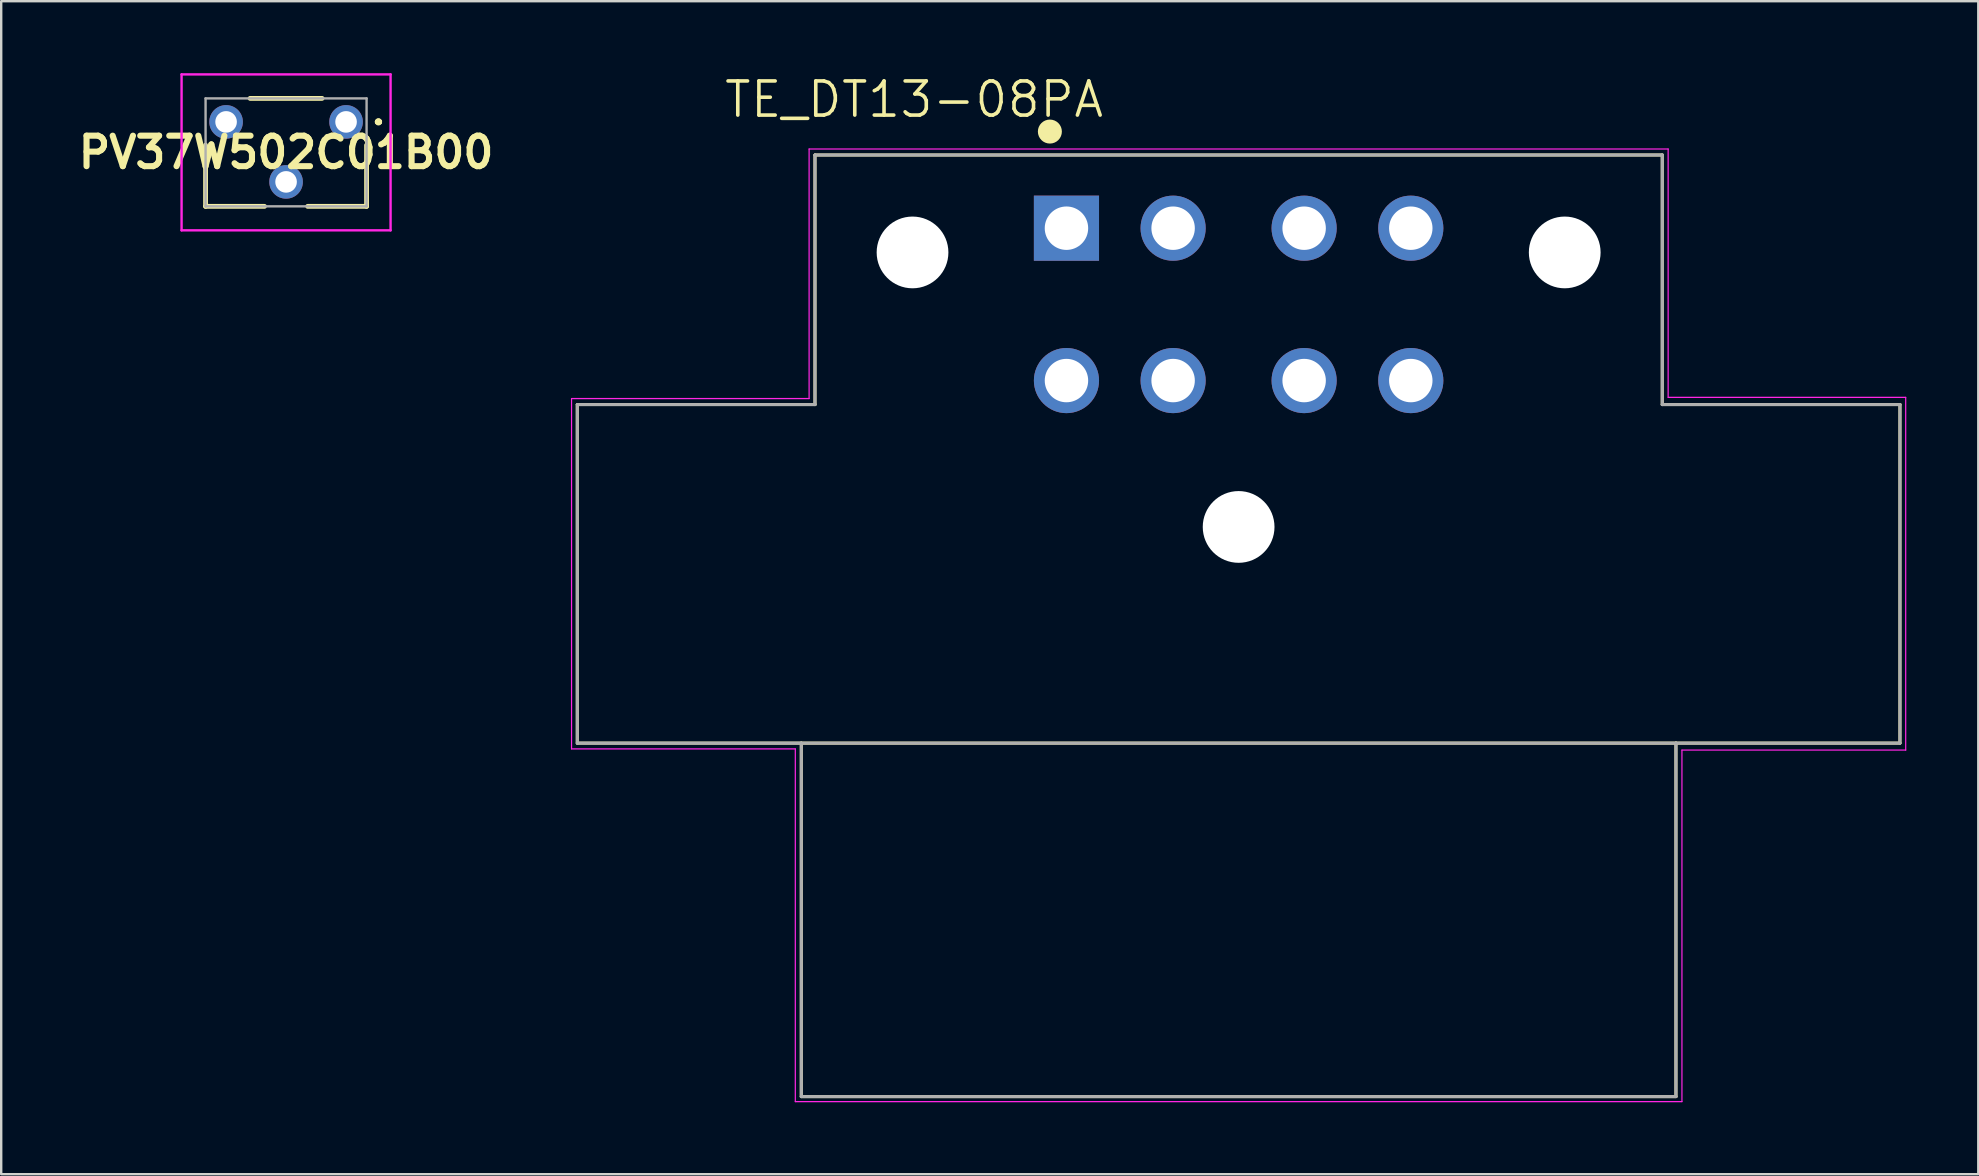
<source format=kicad_pcb>
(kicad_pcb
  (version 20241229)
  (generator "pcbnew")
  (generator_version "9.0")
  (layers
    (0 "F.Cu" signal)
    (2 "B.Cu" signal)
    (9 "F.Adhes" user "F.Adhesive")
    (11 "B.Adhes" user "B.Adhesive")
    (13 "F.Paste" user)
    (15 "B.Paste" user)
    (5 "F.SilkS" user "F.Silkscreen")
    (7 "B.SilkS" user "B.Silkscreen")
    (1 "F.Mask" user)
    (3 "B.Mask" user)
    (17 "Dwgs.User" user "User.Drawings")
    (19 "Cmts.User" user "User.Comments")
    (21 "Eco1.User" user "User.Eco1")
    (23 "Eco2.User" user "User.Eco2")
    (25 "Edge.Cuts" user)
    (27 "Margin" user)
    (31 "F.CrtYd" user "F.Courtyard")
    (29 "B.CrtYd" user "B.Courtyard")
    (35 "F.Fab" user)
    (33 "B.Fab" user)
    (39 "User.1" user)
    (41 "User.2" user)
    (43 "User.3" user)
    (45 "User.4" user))
  (footprint "PV37W502C01B00"
    (layer "F.Cu")
    (at 11.372 2.03)
    (property "Reference" "PV37W502C01B00" (at -2.5 1.27 0) (layer "F.SilkS") (effects (font (size 1.27 1.27) (thickness 0.254))))
    (attr through_hole)
    (fp_line (start -5.855 0.97) (end -5.855 3.52) (stroke (width 0.2) (type solid)) (layer "F.SilkS"))
    (fp_line (start -5.855 3.52) (end -3.4 3.52) (stroke (width 0.2) (type solid)) (layer "F.SilkS"))
    (fp_line (start -1.6 3.52) (end 0.855 3.52) (stroke (width 0.2) (type solid)) (layer "F.SilkS"))
    (fp_line (start -1 -0.98) (end -4 -0.98) (stroke (width 0.2) (type solid)) (layer "F.SilkS"))
    (fp_line (start 0.855 3.52) (end 0.855 0.97) (stroke (width 0.2) (type solid)) (layer "F.SilkS"))
    (fp_line (start 1.3 0) (end 1.3 0) (stroke (width 0.2) (type solid)) (layer "F.SilkS"))
    (fp_line (start 1.4 0) (end 1.4 0) (stroke (width 0.2) (type solid)) (layer "F.SilkS"))
    (fp_line (start 1.4 0) (end 1.4 0) (stroke (width 0.2) (type solid)) (layer "F.SilkS"))
    (fp_arc (start 1.3 0) (mid 1.35 -0.05) (end 1.4 0) (stroke (width 0.2) (type solid)) (layer "F.SilkS"))
    (fp_arc (start 1.3 0) (mid 1.35 -0.05) (end 1.4 0) (stroke (width 0.2) (type solid)) (layer "F.SilkS"))
    (fp_arc (start 1.4 0) (mid 1.35 0.05) (end 1.3 0) (stroke (width 0.2) (type solid)) (layer "F.SilkS"))
    (fp_line (start -6.855 -1.98) (end 1.855 -1.98) (stroke (width 0.1) (type solid)) (layer "F.CrtYd"))
    (fp_line (start -6.855 4.52) (end -6.855 -1.98) (stroke (width 0.1) (type solid)) (layer "F.CrtYd"))
    (fp_line (start 1.855 -1.98) (end 1.855 4.52) (stroke (width 0.1) (type solid)) (layer "F.CrtYd"))
    (fp_line (start 1.855 4.52) (end -6.855 4.52) (stroke (width 0.1) (type solid)) (layer "F.CrtYd"))
    (fp_line (start -5.855 -0.98) (end -5.855 3.52) (stroke (width 0.1) (type solid)) (layer "F.Fab"))
    (fp_line (start -5.855 3.52) (end 0.855 3.52) (stroke (width 0.1) (type solid)) (layer "F.Fab"))
    (fp_line (start 0.855 -0.98) (end -5.855 -0.98) (stroke (width 0.1) (type solid)) (layer "F.Fab"))
    (fp_line (start 0.855 3.52) (end 0.855 -0.98) (stroke (width 0.1) (type solid)) (layer "F.Fab"))
    (pad "1" thru_hole circle (at 0 0) (size 1.4 1.4) (drill 0.9) (layers "*.Cu" "*.Mask"))
    (pad "2" thru_hole circle (at -2.5 2.5) (size 1.4 1.4) (drill 0.9) (layers "*.Cu" "*.Mask"))
    (pad "3" thru_hole circle (at -5 0) (size 1.4 1.4) (drill 0.9) (layers "*.Cu" "*.Mask")))
  (footprint "TE_DT13-08PA"
    (layer "F.Cu")
    (at 48.569 12.81)
    (property "Reference" "TE_DT13-08PA" (at -13.525 -11.715 0) (layer "F.SilkS") (effects (font (size 1.422 1.422) (thickness 0.15))))
    (attr through_hole)
    (fp_line (start -27.56 1) (end -17.655 1) (stroke (width 0.127) (type solid)) (layer "F.SilkS"))
    (fp_line (start -27.56 15.11) (end -27.56 1) (stroke (width 0.127) (type solid)) (layer "F.SilkS"))
    (fp_line (start -18.225 15.11) (end -27.56 15.11) (stroke (width 0.127) (type solid)) (layer "F.SilkS"))
    (fp_line (start -18.225 15.11) (end -18.225 29.84) (stroke (width 0.127) (type solid)) (layer "F.SilkS"))
    (fp_line (start -18.225 29.84) (end 18.225 29.84) (stroke (width 0.127) (type solid)) (layer "F.SilkS"))
    (fp_line (start -17.655 -9.4) (end 17.655 -9.4) (stroke (width 0.127) (type solid)) (layer "F.SilkS"))
    (fp_line (start -17.655 1) (end -17.655 -9.4) (stroke (width 0.127) (type solid)) (layer "F.SilkS"))
    (fp_line (start 17.655 -9.4) (end 17.655 1) (stroke (width 0.127) (type solid)) (layer "F.SilkS"))
    (fp_line (start 17.655 1) (end 27.56 1) (stroke (width 0.127) (type solid)) (layer "F.SilkS"))
    (fp_line (start 18.225 15.11) (end -18.225 15.11) (stroke (width 0.127) (type solid)) (layer "F.SilkS"))
    (fp_line (start 18.225 29.84) (end 18.225 15.11) (stroke (width 0.127) (type solid)) (layer "F.SilkS"))
    (fp_line (start 27.56 1) (end 27.56 15.11) (stroke (width 0.127) (type solid)) (layer "F.SilkS"))
    (fp_line (start 27.56 15.11) (end 18.225 15.11) (stroke (width 0.127) (type solid)) (layer "F.SilkS"))
    (fp_circle (center -7.866 -10.377) (end -7.616 -10.377) (stroke (width 0.5) (type solid)) (fill no) (layer "F.SilkS"))
    (fp_line (start -27.8 0.75) (end -27.8 15.35) (stroke (width 0.05) (type solid)) (layer "F.CrtYd"))
    (fp_line (start -27.8 15.35) (end -18.475 15.35) (stroke (width 0.05) (type solid)) (layer "F.CrtYd"))
    (fp_line (start -18.475 15.35) (end -18.475 30.05) (stroke (width 0.05) (type solid)) (layer "F.CrtYd"))
    (fp_line (start -18.475 30.05) (end 18.475 30.05) (stroke (width 0.05) (type solid)) (layer "F.CrtYd"))
    (fp_line (start -17.9 -9.65) (end -17.9 0.75) (stroke (width 0.05) (type solid)) (layer "F.CrtYd"))
    (fp_line (start -17.9 0.75) (end -27.8 0.75) (stroke (width 0.05) (type solid)) (layer "F.CrtYd"))
    (fp_line (start 17.9 -9.65) (end -17.9 -9.65) (stroke (width 0.05) (type solid)) (layer "F.CrtYd"))
    (fp_line (start 17.9 0.7) (end 17.9 -9.65) (stroke (width 0.05) (type solid)) (layer "F.CrtYd"))
    (fp_line (start 18.475 15.4) (end 27.8 15.4) (stroke (width 0.05) (type solid)) (layer "F.CrtYd"))
    (fp_line (start 18.475 30.05) (end 18.475 15.4) (stroke (width 0.05) (type solid)) (layer "F.CrtYd"))
    (fp_line (start 27.8 0.7) (end 17.9 0.7) (stroke (width 0.05) (type solid)) (layer "F.CrtYd"))
    (fp_line (start 27.8 15.4) (end 27.8 0.7) (stroke (width 0.05) (type solid)) (layer "F.CrtYd"))
    (fp_line (start -27.56 1) (end -17.655 1) (stroke (width 0.127) (type solid)) (layer "F.Fab"))
    (fp_line (start -27.56 15.11) (end -27.56 1) (stroke (width 0.127) (type solid)) (layer "F.Fab"))
    (fp_line (start -18.225 15.11) (end -27.56 15.11) (stroke (width 0.127) (type solid)) (layer "F.Fab"))
    (fp_line (start -18.225 15.11) (end -18.225 29.84) (stroke (width 0.127) (type solid)) (layer "F.Fab"))
    (fp_line (start -18.225 29.84) (end 18.225 29.84) (stroke (width 0.127) (type solid)) (layer "F.Fab"))
    (fp_line (start -17.655 -9.4) (end 17.655 -9.4) (stroke (width 0.127) (type solid)) (layer "F.Fab"))
    (fp_line (start -17.655 1) (end -17.655 -9.4) (stroke (width 0.127) (type solid)) (layer "F.Fab"))
    (fp_line (start 17.655 -9.4) (end 17.655 1) (stroke (width 0.127) (type solid)) (layer "F.Fab"))
    (fp_line (start 17.655 1) (end 27.56 1) (stroke (width 0.127) (type solid)) (layer "F.Fab"))
    (fp_line (start 18.225 15.11) (end -18.225 15.11) (stroke (width 0.127) (type solid)) (layer "F.Fab"))
    (fp_line (start 18.225 29.84) (end 18.225 15.11) (stroke (width 0.127) (type solid)) (layer "F.Fab"))
    (fp_line (start 27.56 1) (end 27.56 15.11) (stroke (width 0.127) (type solid)) (layer "F.Fab"))
    (fp_line (start 27.56 15.11) (end 18.225 15.11) (stroke (width 0.127) (type solid)) (layer "F.Fab"))
    (pad "" np_thru_hole circle (at -13.59 -5.34) (size 2.99 2.99) (drill 2.99) (layers "*.Cu" "*.Mask"))
    (pad "" np_thru_hole circle (at 0 6.1) (size 2.99 2.99) (drill 2.99) (layers "*.Cu" "*.Mask"))
    (pad "" np_thru_hole circle (at 13.59 -5.34) (size 2.99 2.99) (drill 2.99) (layers "*.Cu" "*.Mask"))
    (pad "1" thru_hole rect (at -7.175 -6.35) (size 2.715 2.715) (drill 1.81) (layers "*.Cu" "*.Mask"))
    (pad "2" thru_hole circle (at -2.73 -6.35) (size 2.715 2.715) (drill 1.81) (layers "*.Cu" "*.Mask"))
    (pad "3" thru_hole circle (at 2.73 -6.35) (size 2.715 2.715) (drill 1.81) (layers "*.Cu" "*.Mask"))
    (pad "4" thru_hole circle (at 7.175 -6.35) (size 2.715 2.715) (drill 1.81) (layers "*.Cu" "*.Mask"))
    (pad "5" thru_hole circle (at 7.175 0) (size 2.715 2.715) (drill 1.81) (layers "*.Cu" "*.Mask"))
    (pad "6" thru_hole circle (at 2.73 0) (size 2.715 2.715) (drill 1.81) (layers "*.Cu" "*.Mask"))
    (pad "7" thru_hole circle (at -2.73 0) (size 2.715 2.715) (drill 1.81) (layers "*.Cu" "*.Mask"))
    (pad "8" thru_hole circle (at -7.175 0) (size 2.715 2.715) (drill 1.81) (layers "*.Cu" "*.Mask")))
  (gr_rect
    (start -3 -3)
    (end 79.394 45.885)
    (stroke (width 0.1) (type default))
    (fill no)
    (layer "Edge.Cuts")))
</source>
